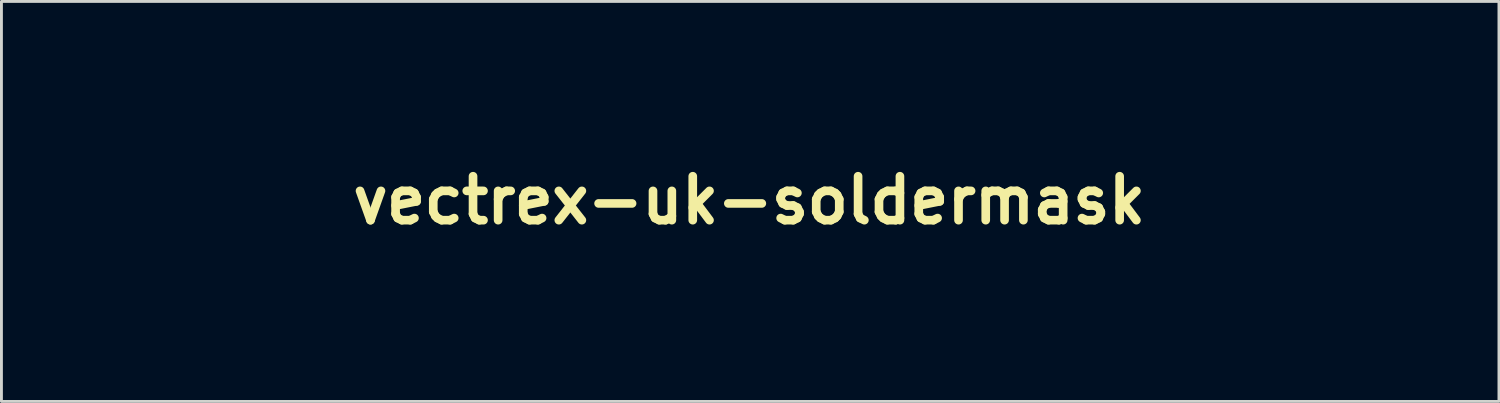
<source format=kicad_pcb>
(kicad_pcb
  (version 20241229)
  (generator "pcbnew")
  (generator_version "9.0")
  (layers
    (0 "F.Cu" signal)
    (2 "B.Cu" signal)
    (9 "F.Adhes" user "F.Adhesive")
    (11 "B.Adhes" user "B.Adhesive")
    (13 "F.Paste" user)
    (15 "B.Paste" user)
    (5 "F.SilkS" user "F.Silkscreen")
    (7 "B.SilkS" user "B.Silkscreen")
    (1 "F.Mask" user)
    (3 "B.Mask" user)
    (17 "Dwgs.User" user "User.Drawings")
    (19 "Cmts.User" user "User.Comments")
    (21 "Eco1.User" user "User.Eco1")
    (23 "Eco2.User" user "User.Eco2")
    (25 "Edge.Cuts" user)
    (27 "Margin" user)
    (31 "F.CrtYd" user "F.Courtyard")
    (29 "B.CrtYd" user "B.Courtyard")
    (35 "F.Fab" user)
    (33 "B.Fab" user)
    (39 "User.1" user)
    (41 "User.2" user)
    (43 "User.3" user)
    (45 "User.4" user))
  (footprint "vectrex-uk-soldermask"
    (layer "F.Cu")
    (at 22.934 3.896)
    (property "Reference" "vectrex-uk-soldermask" (at 0 0 0) (layer "F.SilkS") (effects (font (size 1.524 1.524) (thickness 0.3))))
    (attr through_hole)
    (fp_poly (pts (xy -5.373 -2.639) (xy -4.927 -2.562) (xy -4.507 -2.423) (xy -4.268 -2.306) (xy -4.124 -2.215) (xy -3.968 -2.102) (xy -3.82 -1.983) (xy -3.697 -1.874) (xy -3.62 -1.789) (xy -3.602 -1.754) (xy -3.632 -1.708) (xy -3.714 -1.607) (xy -3.839 -1.463) (xy -3.995 -1.288) (xy -4.116 -1.154) (xy -4.631 -0.594) (xy -4.798 -0.754) (xy -5.005 -0.926) (xy -5.206 -1.029) (xy -5.437 -1.076) (xy -5.611 -1.083) (xy -5.914 -1.054) (xy -6.164 -0.962) (xy -6.383 -0.796) (xy -6.464 -0.71) (xy -6.636 -0.467) (xy -6.728 -0.209) (xy -6.752 0.05) (xy -6.71 0.371) (xy -6.584 0.653) (xy -6.388 0.882) (xy -6.118 1.07) (xy -5.825 1.173) (xy -5.525 1.192) (xy -5.229 1.127) (xy -4.952 0.979) (xy -4.825 0.873) (xy -4.685 0.74) (xy -3.579 1.853) (xy -3.805 2.06) (xy -4.09 2.29) (xy -4.395 2.468) (xy -4.751 2.613) (xy -5.047 2.69) (xy -5.388 2.738) (xy -5.732 2.752) (xy -6.039 2.73) (xy -6.08 2.723) (xy -6.545 2.595) (xy -6.977 2.386) (xy -7.368 2.107) (xy -7.705 1.766) (xy -7.98 1.374) (xy -8.181 0.939) (xy -8.245 0.737) (xy -8.3 0.417) (xy -8.315 0.052) (xy -8.29 -0.322) (xy -8.228 -0.669) (xy -8.198 -0.775) (xy -8.011 -1.216) (xy -7.748 -1.617) (xy -7.419 -1.966) (xy -7.034 -2.254) (xy -6.603 -2.473) (xy -6.235 -2.591) (xy -5.818 -2.65) (xy -5.373 -2.639)) (stroke (width 0.01) (type solid)) (fill yes) (layer "F.Mask"))
    (fp_poly (pts (xy -20.139 -2.538) (xy -19.89 -2.533) (xy -19.666 -2.524) (xy -19.486 -2.513) (xy -19.369 -2.499) (xy -19.341 -2.491) (xy -19.282 -2.441) (xy -19.179 -2.328) (xy -19.04 -2.164) (xy -18.877 -1.961) (xy -18.698 -1.73) (xy -18.643 -1.659) (xy -18.052 -0.874) (xy -17.52 -1.58) (xy -17.344 -1.811) (xy -17.178 -2.024) (xy -17.032 -2.205) (xy -16.92 -2.34) (xy -16.852 -2.413) (xy -16.716 -2.54) (xy -15.874 -2.539) (xy -15.542 -2.537) (xy -15.292 -2.53) (xy -15.114 -2.518) (xy -15 -2.497) (xy -14.939 -2.467) (xy -14.921 -2.427) (xy -14.928 -2.392) (xy -14.963 -2.329) (xy -15.043 -2.2) (xy -15.163 -2.013) (xy -15.318 -1.776) (xy -15.501 -1.498) (xy -15.707 -1.187) (xy -15.932 -0.85) (xy -16.169 -0.496) (xy -16.412 -0.133) (xy -16.658 0.231) (xy -16.899 0.588) (xy -17.131 0.93) (xy -17.348 1.248) (xy -17.544 1.535) (xy -17.715 1.782) (xy -17.855 1.981) (xy -17.957 2.124) (xy -18.017 2.203) (xy -18.031 2.217) (xy -18.1 2.185) (xy -18.181 2.113) (xy -18.233 2.044) (xy -18.328 1.91) (xy -18.46 1.718) (xy -18.624 1.476) (xy -18.813 1.193) (xy -19.023 0.877) (xy -19.249 0.538) (xy -19.484 0.182) (xy -19.723 -0.181) (xy -19.96 -0.544) (xy -20.191 -0.897) (xy -20.409 -1.233) (xy -20.61 -1.543) (xy -20.787 -1.818) (xy -20.935 -2.051) (xy -21.049 -2.233) (xy -21.123 -2.356) (xy -21.151 -2.41) (xy -21.151 -2.411) (xy -21.114 -2.489) (xy -21.078 -2.512) (xy -20.996 -2.525) (xy -20.841 -2.534) (xy -20.634 -2.539) (xy -20.393 -2.541) (xy -20.139 -2.538)) (stroke (width 0.01) (type solid)) (fill yes) (layer "F.Mask"))
    (fp_poly (pts (xy 4.411 -2.443) (xy 4.818 -2.44) (xy 5.032 -2.439) (xy 6.766 -2.425) (xy 7.056 -2.29) (xy 7.374 -2.098) (xy 7.628 -1.85) (xy 7.815 -1.56) (xy 7.929 -1.239) (xy 7.966 -0.9) (xy 7.921 -0.556) (xy 7.814 -0.266) (xy 7.642 0.008) (xy 7.41 0.274) (xy 7.144 0.499) (xy 7.122 0.515) (xy 7.017 0.588) (xy 7.642 1.458) (xy 7.819 1.709) (xy 7.978 1.936) (xy 8.108 2.128) (xy 8.204 2.275) (xy 8.258 2.365) (xy 8.267 2.387) (xy 8.251 2.438) (xy 8.197 2.477) (xy 8.095 2.505) (xy 7.935 2.524) (xy 7.708 2.535) (xy 7.402 2.54) (xy 7.231 2.54) (xy 6.374 2.54) (xy 5.819 1.841) (xy 5.819 0.805) (xy 5.819 0.469) (xy 5.821 0.215) (xy 5.826 0.03) (xy 5.833 -0.096) (xy 5.845 -0.174) (xy 5.862 -0.215) (xy 5.885 -0.231) (xy 5.9 -0.232) (xy 6.044 -0.276) (xy 6.159 -0.387) (xy 6.238 -0.541) (xy 6.273 -0.714) (xy 6.256 -0.885) (xy 6.179 -1.029) (xy 6.166 -1.043) (xy 6.115 -1.09) (xy 6.062 -1.121) (xy 5.988 -1.14) (xy 5.876 -1.148) (xy 5.708 -1.149) (xy 5.465 -1.144) (xy 5.462 -1.144) (xy 4.872 -1.131) (xy 4.86 0.642) (xy 4.855 1.163) (xy 4.849 1.594) (xy 4.841 1.937) (xy 4.83 2.194) (xy 4.818 2.369) (xy 4.804 2.462) (xy 4.797 2.478) (xy 4.753 2.503) (xy 4.66 2.52) (xy 4.508 2.532) (xy 4.285 2.538) (xy 3.992 2.54) (xy 3.239 2.54) (xy 3.144 2.418) (xy 3.122 2.388) (xy 3.104 2.354) (xy 3.089 2.306) (xy 3.077 2.238) (xy 3.068 2.14) (xy 3.06 2.006) (xy 3.055 1.826) (xy 3.052 1.594) (xy 3.05 1.301) (xy 3.049 0.939) (xy 3.048 0.499) (xy 3.048 0.02) (xy 3.048 -2.256) (xy 3.173 -2.354) (xy 3.207 -2.38) (xy 3.245 -2.4) (xy 3.297 -2.416) (xy 3.371 -2.428) (xy 3.478 -2.437) (xy 3.626 -2.442) (xy 3.824 -2.444) (xy 4.083 -2.445) (xy 4.411 -2.443)) (stroke (width 0.01) (type solid)) (fill yes) (layer "F.Mask"))
    (fp_poly (pts (xy 0.565 -2.402) (xy 0.881 -2.398) (xy 1.131 -2.388) (xy 1.323 -2.368) (xy 1.468 -2.335) (xy 1.573 -2.287) (xy 1.647 -2.221) (xy 1.699 -2.133) (xy 1.737 -2.022) (xy 1.772 -1.883) (xy 1.81 -1.713) (xy 1.815 -1.694) (xy 1.869 -1.462) (xy 1.903 -1.301) (xy 1.916 -1.194) (xy 1.912 -1.121) (xy 1.891 -1.066) (xy 1.872 -1.036) (xy 1.838 -0.99) (xy 1.796 -0.958) (xy 1.73 -0.939) (xy 1.621 -0.929) (xy 1.455 -0.924) (xy 1.213 -0.924) (xy 1.205 -0.924) (xy 0.942 -0.921) (xy 0.758 -0.913) (xy 0.64 -0.897) (xy 0.574 -0.872) (xy 0.557 -0.858) (xy 0.541 -0.808) (xy 0.528 -0.698) (xy 0.518 -0.521) (xy 0.512 -0.273) (xy 0.508 0.053) (xy 0.506 0.463) (xy 0.507 0.713) (xy 0.507 1.149) (xy 0.505 1.501) (xy 0.501 1.781) (xy 0.493 1.997) (xy 0.48 2.158) (xy 0.462 2.274) (xy 0.437 2.355) (xy 0.406 2.409) (xy 0.367 2.447) (xy 0.351 2.458) (xy 0.288 2.471) (xy 0.152 2.481) (xy -0.041 2.489) (xy -0.271 2.493) (xy -0.351 2.493) (xy -0.613 2.492) (xy -0.799 2.487) (xy -0.924 2.477) (xy -1.004 2.459) (xy -1.055 2.431) (xy -1.078 2.409) (xy -1.099 2.378) (xy -1.116 2.329) (xy -1.129 2.253) (xy -1.139 2.139) (xy -1.146 1.98) (xy -1.15 1.764) (xy -1.153 1.483) (xy -1.154 1.127) (xy -1.155 0.773) (xy -1.155 0.347) (xy -1.157 0.004) (xy -1.16 -0.266) (xy -1.165 -0.471) (xy -1.173 -0.621) (xy -1.183 -0.726) (xy -1.197 -0.794) (xy -1.215 -0.836) (xy -1.227 -0.851) (xy -1.276 -0.882) (xy -1.36 -0.904) (xy -1.494 -0.916) (xy -1.693 -0.923) (xy -1.888 -0.924) (xy -2.156 -0.926) (xy -2.346 -0.937) (xy -2.47 -0.96) (xy -2.543 -1) (xy -2.577 -1.062) (xy -2.586 -1.15) (xy -2.586 -1.16) (xy -2.575 -1.266) (xy -2.547 -1.431) (xy -2.506 -1.629) (xy -2.46 -1.835) (xy -2.413 -2.023) (xy -2.373 -2.165) (xy -2.349 -2.226) (xy -2.317 -2.269) (xy -2.263 -2.305) (xy -2.18 -2.334) (xy -2.059 -2.356) (xy -1.891 -2.373) (xy -1.67 -2.386) (xy -1.386 -2.394) (xy -1.031 -2.399) (xy -0.596 -2.401) (xy -0.3 -2.401) (xy 0.174 -2.402) (xy 0.565 -2.402)) (stroke (width 0.01) (type solid)) (fill yes) (layer "F.Mask"))
    (fp_poly (pts (xy -9.539 -2.438) (xy -9.476 -2.369) (xy -9.429 -2.278) (xy -9.391 -2.142) (xy -9.354 -1.938) (xy -9.351 -1.92) (xy -9.32 -1.698) (xy -9.311 -1.552) (xy -9.323 -1.467) (xy -9.335 -1.447) (xy -9.371 -1.427) (xy -9.446 -1.412) (xy -9.572 -1.401) (xy -9.757 -1.393) (xy -10.009 -1.388) (xy -10.339 -1.386) (xy -10.603 -1.385) (xy -10.986 -1.386) (xy -11.286 -1.385) (xy -11.514 -1.379) (xy -11.679 -1.363) (xy -11.792 -1.334) (xy -11.862 -1.289) (xy -11.9 -1.223) (xy -11.914 -1.133) (xy -11.916 -1.015) (xy -11.915 -0.883) (xy -11.908 -0.698) (xy -11.88 -0.569) (xy -11.815 -0.487) (xy -11.7 -0.44) (xy -11.52 -0.42) (xy -11.267 -0.416) (xy -11.026 -0.409) (xy -10.858 -0.391) (xy -10.772 -0.363) (xy -10.77 -0.36) (xy -10.739 -0.284) (xy -10.72 -0.142) (xy -10.714 0.006) (xy -10.719 0.192) (xy -10.744 0.319) (xy -10.804 0.399) (xy -10.914 0.441) (xy -11.087 0.459) (xy -11.315 0.462) (xy -11.559 0.465) (xy -11.727 0.484) (xy -11.831 0.53) (xy -11.888 0.615) (xy -11.911 0.75) (xy -11.915 0.943) (xy -11.915 1.079) (xy -11.911 1.187) (xy -11.891 1.271) (xy -11.848 1.333) (xy -11.77 1.377) (xy -11.65 1.405) (xy -11.477 1.422) (xy -11.241 1.43) (xy -10.934 1.432) (xy -10.546 1.432) (xy -10.467 1.432) (xy -10.079 1.432) (xy -9.773 1.435) (xy -9.542 1.44) (xy -9.375 1.447) (xy -9.263 1.458) (xy -9.196 1.472) (xy -9.166 1.49) (xy -9.163 1.496) (xy -9.157 1.578) (xy -9.17 1.721) (xy -9.197 1.895) (xy -9.233 2.073) (xy -9.273 2.225) (xy -9.292 2.278) (xy -9.365 2.388) (xy -9.454 2.452) (xy -9.52 2.459) (xy -9.666 2.466) (xy -9.88 2.472) (xy -10.151 2.477) (xy -10.466 2.481) (xy -10.813 2.484) (xy -11.181 2.486) (xy -11.557 2.487) (xy -11.93 2.487) (xy -12.287 2.486) (xy -12.616 2.484) (xy -12.906 2.48) (xy -13.144 2.476) (xy -13.319 2.47) (xy -13.418 2.463) (xy -13.427 2.461) (xy -13.48 2.45) (xy -13.525 2.433) (xy -13.562 2.404) (xy -13.593 2.354) (xy -13.617 2.276) (xy -13.635 2.163) (xy -13.649 2.008) (xy -13.658 1.802) (xy -13.664 1.538) (xy -13.668 1.21) (xy -13.669 0.809) (xy -13.67 0.327) (xy -13.67 -0.028) (xy -13.67 -0.546) (xy -13.669 -0.979) (xy -13.668 -1.335) (xy -13.665 -1.623) (xy -13.661 -1.851) (xy -13.656 -2.026) (xy -13.648 -2.156) (xy -13.639 -2.25) (xy -13.627 -2.316) (xy -13.611 -2.36) (xy -13.593 -2.392) (xy -13.582 -2.408) (xy -13.493 -2.517) (xy -9.661 -2.543) (xy -9.539 -2.438)) (stroke (width 0.01) (type solid)) (fill yes) (layer "F.Mask"))
    (fp_poly (pts (xy 12.685 -2.533) (xy 12.986 -2.532) (xy 13.231 -2.529) (xy 13.407 -2.525) (xy 13.505 -2.52) (xy 13.519 -2.518) (xy 13.617 -2.469) (xy 13.693 -2.37) (xy 13.752 -2.208) (xy 13.8 -1.969) (xy 13.813 -1.878) (xy 13.839 -1.677) (xy 13.848 -1.549) (xy 13.84 -1.475) (xy 13.814 -1.435) (xy 13.804 -1.428) (xy 13.742 -1.417) (xy 13.6 -1.407) (xy 13.393 -1.398) (xy 13.132 -1.392) (xy 12.832 -1.387) (xy 12.559 -1.386) (xy 12.161 -1.385) (xy 11.848 -1.38) (xy 11.615 -1.372) (xy 11.453 -1.36) (xy 11.357 -1.345) (xy 11.324 -1.33) (xy 11.294 -1.252) (xy 11.275 -1.097) (xy 11.268 -0.893) (xy 11.272 -0.697) (xy 11.292 -0.564) (xy 11.344 -0.481) (xy 11.443 -0.437) (xy 11.604 -0.419) (xy 11.84 -0.416) (xy 11.862 -0.416) (xy 12.056 -0.413) (xy 12.22 -0.405) (xy 12.328 -0.393) (xy 12.35 -0.388) (xy 12.389 -0.353) (xy 12.411 -0.274) (xy 12.421 -0.132) (xy 12.423 -0.004) (xy 12.416 0.196) (xy 12.395 0.34) (xy 12.367 0.406) (xy 12.288 0.436) (xy 12.124 0.454) (xy 11.88 0.462) (xy 11.846 0.462) (xy 11.593 0.468) (xy 11.419 0.485) (xy 11.329 0.513) (xy 11.324 0.517) (xy 11.293 0.594) (xy 11.274 0.733) (xy 11.267 0.906) (xy 11.271 1.086) (xy 11.286 1.244) (xy 11.312 1.352) (xy 11.33 1.379) (xy 11.4 1.397) (xy 11.562 1.413) (xy 11.815 1.425) (xy 12.16 1.435) (xy 12.595 1.442) (xy 12.681 1.442) (xy 13.97 1.455) (xy 13.96 1.764) (xy 13.93 2.054) (xy 13.863 2.271) (xy 13.76 2.409) (xy 13.692 2.448) (xy 13.624 2.457) (xy 13.476 2.464) (xy 13.259 2.471) (xy 12.986 2.477) (xy 12.669 2.481) (xy 12.32 2.485) (xy 11.951 2.488) (xy 11.574 2.489) (xy 11.202 2.489) (xy 10.845 2.488) (xy 10.517 2.485) (xy 10.229 2.482) (xy 9.994 2.476) (xy 9.823 2.47) (xy 9.729 2.462) (xy 9.721 2.46) (xy 9.676 2.449) (xy 9.637 2.434) (xy 9.605 2.409) (xy 9.579 2.365) (xy 9.559 2.296) (xy 9.543 2.193) (xy 9.531 2.049) (xy 9.523 1.858) (xy 9.518 1.61) (xy 9.515 1.3) (xy 9.514 0.918) (xy 9.513 0.458) (xy 9.513 -0.023) (xy 9.514 -0.555) (xy 9.514 -1.002) (xy 9.516 -1.371) (xy 9.519 -1.671) (xy 9.523 -1.909) (xy 9.528 -2.092) (xy 9.535 -2.228) (xy 9.545 -2.324) (xy 9.556 -2.388) (xy 9.57 -2.428) (xy 9.587 -2.451) (xy 9.59 -2.454) (xy 9.626 -2.47) (xy 9.696 -2.484) (xy 9.808 -2.495) (xy 9.97 -2.505) (xy 10.19 -2.512) (xy 10.474 -2.519) (xy 10.831 -2.524) (xy 11.269 -2.528) (xy 11.541 -2.53) (xy 11.952 -2.533) (xy 12.337 -2.533) (xy 12.685 -2.533)) (stroke (width 0.01) (type solid)) (fill yes) (layer "F.Mask"))
    (fp_poly (pts (xy 17.21 -2.298) (xy 17.298 -2.196) (xy 17.421 -2.043) (xy 17.56 -1.865) (xy 17.643 -1.755) (xy 17.776 -1.577) (xy 17.899 -1.415) (xy 17.996 -1.29) (xy 18.036 -1.24) (xy 18.136 -1.117) (xy 18.593 -1.72) (xy 18.754 -1.928) (xy 18.902 -2.113) (xy 19.027 -2.261) (xy 19.115 -2.358) (xy 19.147 -2.386) (xy 19.203 -2.409) (xy 19.296 -2.425) (xy 19.439 -2.435) (xy 19.643 -2.44) (xy 19.92 -2.44) (xy 20.158 -2.437) (xy 20.475 -2.432) (xy 20.712 -2.426) (xy 20.881 -2.417) (xy 20.994 -2.405) (xy 21.065 -2.388) (xy 21.105 -2.365) (xy 21.122 -2.346) (xy 21.129 -2.311) (xy 21.113 -2.253) (xy 21.072 -2.164) (xy 20.999 -2.037) (xy 20.89 -1.862) (xy 20.74 -1.633) (xy 20.546 -1.341) (xy 20.392 -1.112) (xy 19.612 0.042) (xy 20.352 1.141) (xy 20.545 1.429) (xy 20.721 1.696) (xy 20.874 1.931) (xy 20.997 2.125) (xy 21.083 2.266) (xy 21.125 2.344) (xy 21.127 2.349) (xy 21.132 2.459) (xy 21.098 2.499) (xy 21.035 2.511) (xy 20.894 2.522) (xy 20.691 2.531) (xy 20.442 2.537) (xy 20.162 2.539) (xy 20.134 2.539) (xy 19.805 2.538) (xy 19.557 2.534) (xy 19.377 2.525) (xy 19.254 2.511) (xy 19.174 2.492) (xy 19.136 2.473) (xy 19.076 2.414) (xy 18.974 2.294) (xy 18.84 2.129) (xy 18.687 1.932) (xy 18.588 1.8) (xy 18.435 1.601) (xy 18.301 1.433) (xy 18.194 1.31) (xy 18.125 1.242) (xy 18.104 1.233) (xy 18.067 1.281) (xy 17.983 1.389) (xy 17.865 1.543) (xy 17.721 1.732) (xy 17.624 1.858) (xy 17.466 2.062) (xy 17.321 2.241) (xy 17.2 2.382) (xy 17.116 2.471) (xy 17.089 2.493) (xy 17.013 2.509) (xy 16.859 2.522) (xy 16.64 2.532) (xy 16.369 2.538) (xy 16.103 2.54) (xy 15.78 2.539) (xy 15.539 2.535) (xy 15.366 2.526) (xy 15.251 2.514) (xy 15.182 2.496) (xy 15.15 2.474) (xy 15.131 2.448) (xy 15.121 2.42) (xy 15.124 2.38) (xy 15.147 2.321) (xy 15.194 2.234) (xy 15.269 2.111) (xy 15.377 1.942) (xy 15.523 1.721) (xy 15.713 1.437) (xy 15.893 1.168) (xy 16.077 0.892) (xy 16.244 0.64) (xy 16.388 0.422) (xy 16.5 0.249) (xy 16.575 0.131) (xy 16.605 0.079) (xy 16.586 0.026) (xy 16.522 -0.093) (xy 16.418 -0.267) (xy 16.282 -0.486) (xy 16.118 -0.74) (xy 15.935 -1.018) (xy 15.918 -1.042) (xy 15.688 -1.385) (xy 15.505 -1.659) (xy 15.364 -1.873) (xy 15.26 -2.035) (xy 15.189 -2.153) (xy 15.145 -2.236) (xy 15.124 -2.293) (xy 15.121 -2.33) (xy 15.131 -2.357) (xy 15.15 -2.381) (xy 15.186 -2.405) (xy 15.257 -2.422) (xy 15.373 -2.434) (xy 15.548 -2.442) (xy 15.792 -2.446) (xy 16.116 -2.448) (xy 16.137 -2.448) (xy 17.069 -2.448) (xy 17.21 -2.298)) (stroke (width 0.01) (type solid)) (fill yes) (layer "F.Mask"))
    (fp_poly (pts (xy -5.067 -3.861) (xy -4.572 -3.766) (xy -4.06 -3.603) (xy -3.663 -3.438) (xy -3.332 -3.287) (xy -3.178 -3.402) (xy -3.029 -3.504) (xy -2.868 -3.598) (xy -2.852 -3.606) (xy -2.823 -3.62) (xy -2.789 -3.633) (xy -2.746 -3.644) (xy -2.687 -3.653) (xy -2.607 -3.661) (xy -2.502 -3.668) (xy -2.366 -3.674) (xy -2.193 -3.679) (xy -1.979 -3.683) (xy -1.718 -3.685) (xy -1.405 -3.687) (xy -1.035 -3.688) (xy -0.602 -3.689) (xy -0.102 -3.689) (xy 0.472 -3.688) (xy 1.124 -3.687) (xy 1.86 -3.685) (xy 2.394 -3.684) (xy 7.467 -3.671) (xy 8.365 -3.226) (xy 8.604 -3.406) (xy 8.746 -3.51) (xy 8.873 -3.597) (xy 8.945 -3.641) (xy 8.984 -3.649) (xy 9.073 -3.656) (xy 9.215 -3.663) (xy 9.413 -3.668) (xy 9.67 -3.674) (xy 9.989 -3.678) (xy 10.374 -3.682) (xy 10.827 -3.685) (xy 11.353 -3.688) (xy 11.953 -3.69) (xy 12.632 -3.692) (xy 13.393 -3.693) (xy 14.238 -3.694) (xy 15.172 -3.695) (xy 15.555 -3.695) (xy 16.481 -3.695) (xy 17.319 -3.695) (xy 18.073 -3.695) (xy 18.749 -3.694) (xy 19.352 -3.693) (xy 19.884 -3.692) (xy 20.352 -3.689) (xy 20.76 -3.685) (xy 21.111 -3.68) (xy 21.412 -3.673) (xy 21.666 -3.665) (xy 21.878 -3.655) (xy 22.053 -3.642) (xy 22.195 -3.627) (xy 22.309 -3.61) (xy 22.399 -3.59) (xy 22.47 -3.567) (xy 22.527 -3.541) (xy 22.574 -3.512) (xy 22.615 -3.479) (xy 22.656 -3.442) (xy 22.701 -3.402) (xy 22.718 -3.387) (xy 22.88 -3.206) (xy 22.969 -2.994) (xy 22.994 -2.732) (xy 22.989 -2.639) (xy 22.981 -2.561) (xy 22.966 -2.487) (xy 22.939 -2.405) (xy 22.893 -2.306) (xy 22.823 -2.18) (xy 22.724 -2.018) (xy 22.591 -1.808) (xy 22.417 -1.541) (xy 22.199 -1.209) (xy 22.006 -0.915) (xy 21.831 -0.645) (xy 21.68 -0.409) (xy 21.559 -0.216) (xy 21.474 -0.077) (xy 21.432 -0.001) (xy 21.428 0.01) (xy 21.452 0.06) (xy 21.517 0.179) (xy 21.62 0.356) (xy 21.752 0.579) (xy 21.908 0.839) (xy 22.083 1.125) (xy 22.11 1.169) (xy 22.329 1.529) (xy 22.504 1.82) (xy 22.639 2.054) (xy 22.74 2.241) (xy 22.812 2.39) (xy 22.859 2.513) (xy 22.886 2.619) (xy 22.899 2.719) (xy 22.903 2.791) (xy 22.865 3.021) (xy 22.755 3.255) (xy 22.59 3.471) (xy 22.386 3.649) (xy 22.159 3.767) (xy 22.11 3.782) (xy 22.065 3.788) (xy 21.974 3.794) (xy 21.834 3.799) (xy 21.643 3.804) (xy 21.399 3.808) (xy 21.098 3.811) (xy 20.739 3.815) (xy 20.319 3.818) (xy 19.835 3.82) (xy 19.285 3.822) (xy 18.667 3.824) (xy 17.978 3.825) (xy 17.215 3.826) (xy 16.376 3.827) (xy 15.459 3.827) (xy 14.461 3.827) (xy 13.379 3.826) (xy 12.211 3.825) (xy 10.955 3.824) (xy 10.183 3.823) (xy 8.953 3.822) (xy 7.811 3.82) (xy 6.755 3.819) (xy 5.781 3.818) (xy 4.886 3.816) (xy 4.066 3.815) (xy 3.319 3.813) (xy 2.64 3.812) (xy 2.026 3.81) (xy 1.474 3.808) (xy 0.98 3.806) (xy 0.541 3.803) (xy 0.154 3.801) (xy -0.185 3.798) (xy -0.479 3.795) (xy -0.732 3.791) (xy -0.947 3.787) (xy -1.127 3.783) (xy -1.276 3.778) (xy -1.397 3.772) (xy -1.494 3.767) (xy -1.569 3.76) (xy -1.628 3.754) (xy -1.671 3.746) (xy -1.704 3.738) (xy -1.73 3.73) (xy -1.743 3.724) (xy -1.956 3.595) (xy -2.13 3.405) (xy -2.272 3.144) (xy -2.382 2.829) (xy -2.435 2.786) (xy -2.521 2.771) (xy -2.624 2.799) (xy -2.744 2.891) (xy -2.834 2.987) (xy -3.128 3.262) (xy -3.492 3.498) (xy -3.933 3.699) (xy -4.454 3.865) (xy -4.677 3.921) (xy -4.909 3.955) (xy -5.204 3.97) (xy -5.533 3.965) (xy -5.868 3.943) (xy -6.181 3.904) (xy -6.396 3.861) (xy -6.905 3.702) (xy -7.374 3.488) (xy -7.782 3.229) (xy -7.794 3.22) (xy -8.083 2.998) (xy -8.129 3.119) (xy -8.225 3.299) (xy -8.365 3.475) (xy -8.517 3.611) (xy -8.563 3.64) (xy -8.6 3.656) (xy -8.652 3.671) (xy -8.725 3.683) (xy -8.827 3.693) (xy -8.965 3.701) (xy -9.147 3.708) (xy -9.379 3.714) (xy -9.67 3.719) (xy -10.027 3.723) (xy -10.456 3.726) (xy -10.967 3.729) (xy -11.315 3.731) (xy -11.897 3.734) (xy -12.394 3.736) (xy -12.814 3.737) (xy -13.164 3.735) (xy -13.453 3.729) (xy -13.687 3.72) (xy -13.875 3.705) (xy -14.023 3.685) (xy -14.14 3.658) (xy -14.233 3.624) (xy -14.31 3.582) (xy -14.378 3.531) (xy -14.444 3.47) (xy -14.518 3.398) (xy -14.526 3.39) (xy -14.664 3.233) (xy -14.791 3.051) (xy -14.849 2.943) (xy -14.885 2.865) (xy -14.912 2.79) (xy -14.932 2.706) (xy -14.945 2.6) (xy -14.954 2.458) (xy -14.959 2.267) (xy -14.962 2.014) (xy -14.962 1.685) (xy -14.962 1.582) (xy -14.963 1.224) (xy -14.966 0.985) (xy -14.079 0.985) (xy -14.079 1.411) (xy -14.076 1.765) (xy -14.071 2.054) (xy -14.062 2.286) (xy -14.05 2.467) (xy -14.034 2.603) (xy -14.013 2.703) (xy -13.987 2.772) (xy -13.957 2.817) (xy -13.92 2.847) (xy -13.887 2.863) (xy -13.822 2.871) (xy -13.674 2.878) (xy -13.451 2.885) (xy -13.165 2.892) (xy -12.822 2.897) (xy -12.433 2.902) (xy -12.008 2.905) (xy -11.554 2.906) (xy -11.45 2.907) (xy -9.114 2.909) (xy -9.018 2.806) (xy -8.961 2.73) (xy -8.913 2.627) (xy -8.869 2.483) (xy -8.825 2.283) (xy -8.778 2.013) (xy -8.754 1.859) (xy -8.721 1.638) (xy -8.706 1.485) (xy -8.707 1.377) (xy -8.724 1.29) (xy -8.748 1.224) (xy -8.816 1.062) (xy -10.129 1.062) (xy -10.522 1.062) (xy -10.833 1.059) (xy -11.07 1.055) (xy -11.245 1.047) (xy -11.366 1.037) (xy -11.443 1.023) (xy -11.486 1.005) (xy -11.498 0.995) (xy -11.535 0.93) (xy -11.515 0.883) (xy -11.43 0.853) (xy -11.27 0.837) (xy -11.028 0.831) (xy -10.992 0.831) (xy -10.754 0.828) (xy -10.591 0.818) (xy -10.488 0.798) (xy -10.426 0.767) (xy -10.417 0.759) (xy -10.388 0.714) (xy -10.368 0.637) (xy -10.354 0.515) (xy -10.347 0.333) (xy -10.346 0.216) (xy -8.682 0.216) (xy -8.658 0.554) (xy -8.612 0.81) (xy -8.446 1.288) (xy -8.201 1.734) (xy -7.889 2.137) (xy -7.52 2.483) (xy -7.103 2.761) (xy -6.818 2.898) (xy -6.351 3.042) (xy -5.851 3.114) (xy -5.34 3.113) (xy -4.843 3.038) (xy -4.632 2.98) (xy -4.137 2.775) (xy -3.681 2.488) (xy -3.413 2.262) (xy -3.29 2.145) (xy -3.203 2.047) (xy -3.155 1.957) (xy -3.149 1.864) (xy -3.191 1.756) (xy -3.282 1.624) (xy -3.427 1.455) (xy -3.63 1.239) (xy -3.822 1.041) (xy -4.055 0.801) (xy -4.235 0.621) (xy -4.371 0.492) (xy -4.473 0.407) (xy -4.551 0.357) (xy -4.613 0.333) (xy -4.648 0.329) (xy -4.777 0.351) (xy -4.87 0.442) (xy -4.87 0.442) (xy -4.98 0.55) (xy -5.149 0.651) (xy -5.345 0.733) (xy -5.537 0.779) (xy -5.612 0.785) (xy -5.857 0.742) (xy -6.063 0.619) (xy -6.218 0.422) (xy -6.222 0.415) (xy -6.307 0.171) (xy -6.316 -0.078) (xy -6.252 -0.309) (xy -6.119 -0.502) (xy -6.044 -0.568) (xy -5.844 -0.66) (xy -5.611 -0.685) (xy -5.368 -0.647) (xy -5.139 -0.549) (xy -4.95 -0.395) (xy -4.945 -0.39) (xy -4.834 -0.284) (xy -4.726 -0.238) (xy -4.631 -0.231) (xy -4.568 -0.235) (xy -4.507 -0.252) (xy -4.438 -0.29) (xy -4.349 -0.358) (xy -4.231 -0.464) (xy -4.073 -0.616) (xy -3.882 -0.805) (xy -3.177 -0.805) (xy -3.162 -0.738) (xy -3.132 -0.682) (xy -3.121 -0.667) (xy -3.086 -0.631) (xy -3.032 -0.605) (xy -2.942 -0.587) (xy -2.802 -0.573) (xy -2.597 -0.562) (xy -2.384 -0.554) (xy -2.109 -0.541) (xy -1.889 -0.524) (xy -1.736 -0.503) (xy -1.663 -0.481) (xy -1.661 -0.479) (xy -1.645 -0.427) (xy -1.633 -0.305) (xy -1.623 -0.108) (xy -1.617 0.169) (xy -1.614 0.529) (xy -1.613 0.976) (xy -1.614 1.068) (xy -1.614 1.481) (xy -1.614 1.811) (xy -1.612 2.07) (xy -1.608 2.268) (xy -1.601 2.415) (xy -1.591 2.521) (xy -1.576 2.597) (xy -1.558 2.653) (xy -1.534 2.699) (xy -1.525 2.713) (xy -1.433 2.863) (xy 0.732 2.863) (xy 0.828 2.742) (xy 0.854 2.705) (xy 0.875 2.663) (xy 0.891 2.605) (xy 0.903 2.52) (xy 0.912 2.4) (xy 0.918 2.234) (xy 0.921 2.011) (xy 0.923 1.723) (xy 0.924 1.359) (xy 0.924 1.082) (xy 0.924 0.64) (xy 0.927 0.282) (xy 0.931 0.032) (xy 2.702 0.032) (xy 2.702 2.733) (xy 2.811 2.821) (xy 2.852 2.849) (xy 2.905 2.871) (xy 2.981 2.887) (xy 3.093 2.897) (xy 3.254 2.904) (xy 3.475 2.908) (xy 3.768 2.909) (xy 3.995 2.909) (xy 4.34 2.909) (xy 4.605 2.907) (xy 4.802 2.902) (xy 4.943 2.894) (xy 5.04 2.881) (xy 5.107 2.864) (xy 5.154 2.84) (xy 5.179 2.821) (xy 5.288 2.733) (xy 5.304 0.972) (xy 5.32 -0.79) (xy 5.558 -0.776) (xy 5.708 -0.759) (xy 5.787 -0.726) (xy 5.81 -0.683) (xy 5.789 -0.617) (xy 5.688 -0.569) (xy 5.672 -0.565) (xy 5.519 -0.525) (xy 5.506 0.729) (xy 5.494 1.983) (xy 5.87 2.401) (xy 6.023 2.568) (xy 6.161 2.711) (xy 6.268 2.815) (xy 6.329 2.865) (xy 6.399 2.877) (xy 6.549 2.889) (xy 6.769 2.898) (xy 7.047 2.905) (xy 7.372 2.909) (xy 7.634 2.909) (xy 8.01 2.909) (xy 8.303 2.906) (xy 8.525 2.902) (xy 8.686 2.894) (xy 8.796 2.883) (xy 8.865 2.868) (xy 8.904 2.849) (xy 8.914 2.839) (xy 8.938 2.802) (xy 8.946 2.758) (xy 8.932 2.699) (xy 8.923 2.681) (xy 9.096 2.681) (xy 9.21 2.795) (xy 9.325 2.909) (xy 11.662 2.909) (xy 12.274 2.909) (xy 12.795 2.906) (xy 13.227 2.901) (xy 13.57 2.894) (xy 13.826 2.886) (xy 13.997 2.875) (xy 14.084 2.863) (xy 14.092 2.86) (xy 14.163 2.802) (xy 14.223 2.706) (xy 14.274 2.558) (xy 14.323 2.347) (xy 14.371 2.061) (xy 14.391 1.926) (xy 14.425 1.678) (xy 14.445 1.504) (xy 14.451 1.385) (xy 14.443 1.302) (xy 14.421 1.24) (xy 14.406 1.21) (xy 14.336 1.085) (xy 12.998 1.062) (xy 12.612 1.055) (xy 12.309 1.049) (xy 12.078 1.042) (xy 11.909 1.035) (xy 11.794 1.025) (xy 11.721 1.012) (xy 11.681 0.996) (xy 11.664 0.975) (xy 11.661 0.948) (xy 11.661 0.947) (xy 11.667 0.907) (xy 11.697 0.879) (xy 11.766 0.86) (xy 11.89 0.847) (xy 12.083 0.836) (xy 12.191 0.831) (xy 12.419 0.82) (xy 12.573 0.808) (xy 12.67 0.791) (xy 12.726 0.765) (xy 12.761 0.725) (xy 12.779 0.693) (xy 12.803 0.596) (xy 12.822 0.431) (xy 12.833 0.22) (xy 12.838 -0.012) (xy 12.836 -0.242) (xy 12.826 -0.446) (xy 12.809 -0.601) (xy 12.794 -0.667) (xy 12.77 -0.719) (xy 12.736 -0.754) (xy 12.672 -0.773) (xy 12.562 -0.782) (xy 12.387 -0.785) (xy 12.266 -0.785) (xy 12.011 -0.788) (xy 11.835 -0.797) (xy 11.724 -0.817) (xy 11.663 -0.85) (xy 11.64 -0.899) (xy 11.638 -0.929) (xy 11.642 -0.955) (xy 11.66 -0.975) (xy 11.704 -0.99) (xy 11.782 -1.001) (xy 11.906 -1.008) (xy 12.086 -1.013) (xy 12.331 -1.015) (xy 12.653 -1.016) (xy 12.881 -1.016) (xy 13.27 -1.016) (xy 13.576 -1.019) (xy 13.811 -1.025) (xy 13.984 -1.037) (xy 14.106 -1.056) (xy 14.188 -1.085) (xy 14.239 -1.126) (xy 14.271 -1.18) (xy 14.292 -1.249) (xy 14.3 -1.279) (xy 14.306 -1.385) (xy 14.293 -1.558) (xy 14.266 -1.774) (xy 14.228 -2.011) (xy 14.183 -2.246) (xy 14.135 -2.458) (xy 14.088 -2.624) (xy 14.079 -2.647) (xy 14.409 -2.647) (xy 14.434 -2.582) (xy 14.507 -2.45) (xy 14.622 -2.258) (xy 14.775 -2.016) (xy 14.959 -1.732) (xy 15.17 -1.413) (xy 15.283 -1.244) (xy 16.158 0.053) (xy 15.822 0.546) (xy 15.505 1.012) (xy 15.238 1.407) (xy 15.015 1.739) (xy 14.834 2.012) (xy 14.691 2.232) (xy 14.581 2.404) (xy 14.502 2.536) (xy 14.449 2.632) (xy 14.42 2.699) (xy 14.409 2.742) (xy 14.409 2.747) (xy 14.413 2.817) (xy 14.434 2.872) (xy 14.479 2.916) (xy 14.558 2.948) (xy 14.68 2.971) (xy 14.855 2.987) (xy 15.092 2.996) (xy 15.4 3) (xy 15.788 3.002) (xy 15.922 3.002) (xy 16.326 3.001) (xy 16.647 2.998) (xy 16.896 2.992) (xy 17.081 2.984) (xy 17.214 2.972) (xy 17.303 2.956) (xy 17.357 2.936) (xy 17.435 2.874) (xy 17.55 2.755) (xy 17.688 2.596) (xy 17.821 2.428) (xy 18.158 1.986) (xy 18.521 2.445) (xy 18.667 2.624) (xy 18.801 2.779) (xy 18.907 2.894) (xy 18.973 2.952) (xy 18.976 2.953) (xy 19.047 2.967) (xy 19.197 2.978) (xy 19.41 2.988) (xy 19.671 2.995) (xy 19.965 2.999) (xy 20.279 3.002) (xy 20.597 3.002) (xy 20.905 2.999) (xy 21.188 2.994) (xy 21.432 2.987) (xy 21.621 2.977) (xy 21.741 2.964) (xy 21.77 2.957) (xy 21.841 2.926) (xy 21.89 2.889) (xy 21.915 2.838) (xy 21.912 2.766) (xy 21.877 2.665) (xy 21.809 2.527) (xy 21.702 2.345) (xy 21.554 2.112) (xy 21.361 1.819) (xy 21.12 1.46) (xy 21.057 1.367) (xy 20.17 0.051) (xy 20.995 -1.174) (xy 21.244 -1.543) (xy 21.447 -1.843) (xy 21.607 -2.082) (xy 21.729 -2.268) (xy 21.819 -2.408) (xy 21.879 -2.51) (xy 21.915 -2.582) (xy 21.932 -2.632) (xy 21.933 -2.668) (xy 21.924 -2.698) (xy 21.908 -2.728) (xy 21.9 -2.744) (xy 21.845 -2.865) (xy 20.38 -2.852) (xy 18.914 -2.84) (xy 18.631 -2.486) (xy 18.497 -2.318) (xy 18.376 -2.163) (xy 18.285 -2.045) (xy 18.256 -2.007) (xy 18.166 -1.882) (xy 17.851 -2.292) (xy 17.733 -2.449) (xy 17.639 -2.574) (xy 17.555 -2.672) (xy 17.472 -2.745) (xy 17.377 -2.797) (xy 17.258 -2.831) (xy 17.105 -2.852) (xy 16.905 -2.862) (xy 16.646 -2.865) (xy 16.318 -2.864) (xy 15.937 -2.863) (xy 15.521 -2.863) (xy 15.189 -2.861) (xy 14.93 -2.856) (xy 14.736 -2.847) (xy 14.597 -2.833) (xy 14.505 -2.811) (xy 14.449 -2.782) (xy 14.42 -2.743) (xy 14.41 -2.693) (xy 14.409 -2.647) (xy 14.079 -2.647) (xy 14.047 -2.722) (xy 14.045 -2.725) (xy 13.96 -2.84) (xy 11.631 -2.852) (xy 11.095 -2.855) (xy 10.643 -2.856) (xy 10.27 -2.855) (xy 9.967 -2.854) (xy 9.727 -2.85) (xy 9.542 -2.844) (xy 9.406 -2.837) (xy 9.311 -2.827) (xy 9.249 -2.815) (xy 9.214 -2.8) (xy 9.211 -2.798) (xy 9.192 -2.782) (xy 9.176 -2.757) (xy 9.162 -2.718) (xy 9.151 -2.656) (xy 9.142 -2.566) (xy 9.134 -2.438) (xy 9.128 -2.268) (xy 9.123 -2.046) (xy 9.119 -1.767) (xy 9.116 -1.423) (xy 9.113 -1.006) (xy 9.111 -0.511) (xy 9.108 -0.026) (xy 9.096 2.681) (xy 8.923 2.681) (xy 8.892 2.615) (xy 8.82 2.499) (xy 8.711 2.341) (xy 8.56 2.132) (xy 8.361 1.865) (xy 8.197 1.646) (xy 7.524 0.749) (xy 7.804 0.482) (xy 8.065 0.185) (xy 8.233 -0.088) (xy 8.299 -0.228) (xy 8.342 -0.345) (xy 8.367 -0.464) (xy 8.379 -0.613) (xy 8.382 -0.819) (xy 8.382 -0.9) (xy 8.38 -1.134) (xy 8.37 -1.303) (xy 8.349 -1.432) (xy 8.312 -1.55) (xy 8.254 -1.682) (xy 8.029 -2.063) (xy 7.744 -2.374) (xy 7.403 -2.613) (xy 7.026 -2.772) (xy 6.949 -2.795) (xy 6.868 -2.813) (xy 6.774 -2.828) (xy 6.658 -2.84) (xy 6.51 -2.848) (xy 6.32 -2.855) (xy 6.079 -2.859) (xy 5.778 -2.862) (xy 5.406 -2.863) (xy 4.954 -2.863) (xy 4.805 -2.863) (xy 4.333 -2.863) (xy 3.944 -2.863) (xy 3.631 -2.861) (xy 3.384 -2.858) (xy 3.195 -2.854) (xy 3.055 -2.847) (xy 2.955 -2.838) (xy 2.888 -2.826) (xy 2.844 -2.81) (xy 2.814 -2.791) (xy 2.79 -2.767) (xy 2.79 -2.766) (xy 2.771 -2.742) (xy 2.755 -2.711) (xy 2.742 -2.664) (xy 2.731 -2.595) (xy 2.723 -2.496) (xy 2.716 -2.36) (xy 2.711 -2.18) (xy 2.707 -1.949) (xy 2.704 -1.659) (xy 2.703 -1.304) (xy 2.702 -0.876) (xy 2.702 -0.367) (xy 2.702 0.032) (xy 0.931 0.032) (xy 0.932 0.003) (xy 0.939 -0.207) (xy 0.948 -0.354) (xy 0.961 -0.445) (xy 0.977 -0.489) (xy 0.981 -0.494) (xy 1.047 -0.509) (xy 1.186 -0.525) (xy 1.379 -0.54) (xy 1.607 -0.552) (xy 1.658 -0.554) (xy 1.908 -0.564) (xy 2.082 -0.575) (xy 2.198 -0.589) (xy 2.272 -0.611) (xy 2.32 -0.643) (xy 2.36 -0.69) (xy 2.367 -0.699) (xy 2.458 -0.821) (xy 2.234 -1.712) (xy 2.155 -2.02) (xy 2.093 -2.252) (xy 2.042 -2.419) (xy 2 -2.535) (xy 1.959 -2.613) (xy 1.917 -2.665) (xy 1.879 -2.698) (xy 1.844 -2.722) (xy 1.803 -2.741) (xy 1.748 -2.757) (xy 1.67 -2.769) (xy 1.56 -2.779) (xy 1.408 -2.787) (xy 1.207 -2.793) (xy 0.947 -2.798) (xy 0.62 -2.802) (xy 0.217 -2.805) (xy -0.177 -2.808) (xy -0.597 -2.81) (xy -0.996 -2.811) (xy -1.361 -2.811) (xy -1.682 -2.809) (xy -1.949 -2.806) (xy -2.149 -2.801) (xy -2.272 -2.796) (xy -2.298 -2.794) (xy -2.427 -2.769) (xy -2.53 -2.728) (xy -2.615 -2.659) (xy -2.69 -2.551) (xy -2.762 -2.392) (xy -2.838 -2.171) (xy -2.927 -1.875) (xy -2.959 -1.76) (xy -3.048 -1.444) (xy -3.112 -1.203) (xy -3.154 -1.025) (xy -3.175 -0.896) (xy -3.177 -0.805) (xy -3.882 -0.805) (xy -3.864 -0.823) (xy -3.775 -0.913) (xy -3.523 -1.167) (xy -3.332 -1.367) (xy -3.2 -1.524) (xy -3.121 -1.649) (xy -3.093 -1.754) (xy -3.111 -1.85) (xy -3.171 -1.948) (xy -3.271 -2.059) (xy -3.355 -2.145) (xy -3.742 -2.47) (xy -4.178 -2.721) (xy -4.668 -2.9) (xy -5.172 -3.002) (xy -5.707 -3.032) (xy -6.223 -2.976) (xy -6.711 -2.84) (xy -7.164 -2.629) (xy -7.574 -2.348) (xy -7.934 -2.002) (xy -8.234 -1.596) (xy -8.468 -1.135) (xy -8.587 -0.785) (xy -8.645 -0.489) (xy -8.677 -0.144) (xy -8.682 0.216) (xy -10.346 0.216) (xy -10.345 0.076) (xy -10.345 0.006) (xy -10.348 -0.305) (xy -10.359 -0.529) (xy -10.377 -0.67) (xy -10.4 -0.73) (xy -10.48 -0.759) (xy -10.646 -0.777) (xy -10.897 -0.785) (xy -10.949 -0.785) (xy -11.187 -0.788) (xy -11.349 -0.8) (xy -11.447 -0.82) (xy -11.498 -0.852) (xy -11.529 -0.899) (xy -11.533 -0.936) (xy -11.5 -0.964) (xy -11.422 -0.985) (xy -11.291 -0.999) (xy -11.097 -1.009) (xy -10.834 -1.014) (xy -10.491 -1.016) (xy -10.252 -1.016) (xy -9.882 -1.016) (xy -9.593 -1.017) (xy -9.374 -1.02) (xy -9.216 -1.026) (xy -9.106 -1.035) (xy -9.034 -1.048) (xy -8.989 -1.066) (xy -8.96 -1.091) (xy -8.939 -1.119) (xy -8.891 -1.23) (xy -8.871 -1.393) (xy -8.88 -1.618) (xy -8.918 -1.915) (xy -8.956 -2.143) (xy -9.007 -2.4) (xy -9.055 -2.582) (xy -9.108 -2.707) (xy -9.17 -2.791) (xy -9.213 -2.828) (xy -9.267 -2.835) (xy -9.405 -2.841) (xy -9.616 -2.847) (xy -9.894 -2.852) (xy -10.227 -2.856) (xy -10.609 -2.859) (xy -11.028 -2.861) (xy -11.478 -2.863) (xy -11.573 -2.863) (xy -12.094 -2.863) (xy -12.531 -2.862) (xy -12.891 -2.861) (xy -13.183 -2.859) (xy -13.413 -2.856) (xy -13.59 -2.851) (xy -13.721 -2.844) (xy -13.815 -2.835) (xy -13.879 -2.823) (xy -13.921 -2.809) (xy -13.949 -2.791) (xy -13.971 -2.77) (xy -13.974 -2.766) (xy -13.993 -2.742) (xy -14.009 -2.709) (xy -14.023 -2.659) (xy -14.034 -2.587) (xy -14.043 -2.484) (xy -14.051 -2.342) (xy -14.057 -2.154) (xy -14.062 -1.914) (xy -14.065 -1.613) (xy -14.069 -1.243) (xy -14.072 -0.799) (xy -14.075 -0.271) (xy -14.075 -0.11) (xy -14.078 0.48) (xy -14.079 0.985) (xy -14.966 0.985) (xy -14.966 0.949) (xy -14.972 0.746) (xy -14.98 0.606) (xy -14.992 0.518) (xy -15.008 0.474) (xy -15.028 0.462) (xy -15.068 0.498) (xy -15.155 0.603) (xy -15.281 0.767) (xy -15.442 0.982) (xy -15.631 1.239) (xy -15.841 1.532) (xy -16.067 1.851) (xy -16.102 1.901) (xy -16.333 2.229) (xy -16.553 2.539) (xy -16.754 2.819) (xy -16.93 3.062) (xy -17.074 3.257) (xy -17.18 3.397) (xy -17.24 3.47) (xy -17.243 3.473) (xy -17.485 3.658) (xy -17.757 3.768) (xy -18.044 3.805) (xy -18.326 3.767) (xy -18.588 3.654) (xy -18.801 3.479) (xy -18.863 3.402) (xy -18.969 3.257) (xy -19.114 3.053) (xy -19.294 2.795) (xy -19.504 2.492) (xy -19.739 2.151) (xy -19.993 1.779) (xy -20.263 1.383) (xy -20.542 0.97) (xy -20.827 0.548) (xy -21.113 0.125) (xy -21.394 -0.294) (xy -21.665 -0.7) (xy -21.923 -1.087) (xy -22.161 -1.446) (xy -22.375 -1.772) (xy -22.561 -2.056) (xy -22.712 -2.291) (xy -22.825 -2.47) (xy -22.895 -2.587) (xy -22.916 -2.629) (xy -22.923 -2.748) (xy -21.864 -2.748) (xy -21.864 -2.748) (xy -21.839 -2.698) (xy -21.766 -2.579) (xy -21.652 -2.398) (xy -21.501 -2.164) (xy -21.317 -1.883) (xy -21.107 -1.563) (xy -20.875 -1.212) (xy -20.626 -0.837) (xy -20.366 -0.445) (xy -20.098 -0.045) (xy -19.829 0.357) (xy -19.563 0.753) (xy -19.305 1.136) (xy -19.06 1.497) (xy -18.833 1.831) (xy -18.63 2.128) (xy -18.455 2.381) (xy -18.313 2.584) (xy -18.209 2.729) (xy -18.148 2.807) (xy -18.143 2.813) (xy -18.072 2.882) (xy -18.023 2.887) (xy -17.964 2.833) (xy -17.925 2.781) (xy -17.839 2.659) (xy -17.71 2.473) (xy -17.542 2.23) (xy -17.341 1.935) (xy -17.109 1.595) (xy -16.853 1.217) (xy -16.575 0.807) (xy -16.28 0.371) (xy -16.053 0.035) (xy -15.75 -0.416) (xy -15.463 -0.846) (xy -15.195 -1.248) (xy -14.952 -1.617) (xy -14.736 -1.947) (xy -14.553 -2.23) (xy -14.406 -2.46) (xy -14.3 -2.632) (xy -14.238 -2.738) (xy -14.224 -2.771) (xy -14.227 -2.797) (xy -14.241 -2.818) (xy -14.278 -2.834) (xy -14.345 -2.846) (xy -14.454 -2.854) (xy -14.614 -2.859) (xy -14.835 -2.862) (xy -15.126 -2.863) (xy -15.497 -2.863) (xy -15.6 -2.863) (xy -16.977 -2.863) (xy -17.117 -2.713) (xy -17.199 -2.62) (xy -17.32 -2.472) (xy -17.467 -2.289) (xy -17.622 -2.091) (xy -17.641 -2.067) (xy -17.783 -1.885) (xy -17.906 -1.733) (xy -17.997 -1.625) (xy -18.047 -1.573) (xy -18.052 -1.57) (xy -18.088 -1.605) (xy -18.171 -1.701) (xy -18.289 -1.847) (xy -18.435 -2.031) (xy -18.563 -2.195) (xy -18.728 -2.403) (xy -18.88 -2.584) (xy -19.008 -2.727) (xy -19.1 -2.817) (xy -19.14 -2.843) (xy -19.209 -2.849) (xy -19.359 -2.853) (xy -19.575 -2.855) (xy -19.845 -2.856) (xy -20.156 -2.856) (xy -20.497 -2.854) (xy -20.551 -2.853) (xy -20.934 -2.849) (xy -21.234 -2.845) (xy -21.462 -2.84) (xy -21.627 -2.834) (xy -21.74 -2.825) (xy -21.81 -2.812) (xy -21.847 -2.796) (xy -21.862 -2.775) (xy -21.864 -2.748) (xy -22.923 -2.748) (xy -22.929 -2.857) (xy -22.867 -3.099) (xy -22.74 -3.333) (xy -22.559 -3.539) (xy -22.377 -3.673) (xy -22.18 -3.788) (xy -15.604 -3.776) (xy -9.029 -3.764) (xy -8.767 -3.635) (xy -8.549 -3.501) (xy -8.343 -3.325) (xy -8.182 -3.138) (xy -8.141 -3.073) (xy -8.114 -3.042) (xy -8.069 -3.037) (xy -7.991 -3.064) (xy -7.865 -3.129) (xy -7.685 -3.23) (xy -7.103 -3.527) (xy -6.547 -3.736) (xy -6.015 -3.857) (xy -5.565 -3.891) (xy -5.067 -3.861)) (stroke (width 0.01) (type solid)) (fill yes) (layer "F.Mask")))
  (gr_rect
    (start -3 -3)
    (end 48.933 10.871)
    (stroke (width 0.1) (type default))
    (fill no)
    (layer "Edge.Cuts")))
</source>
